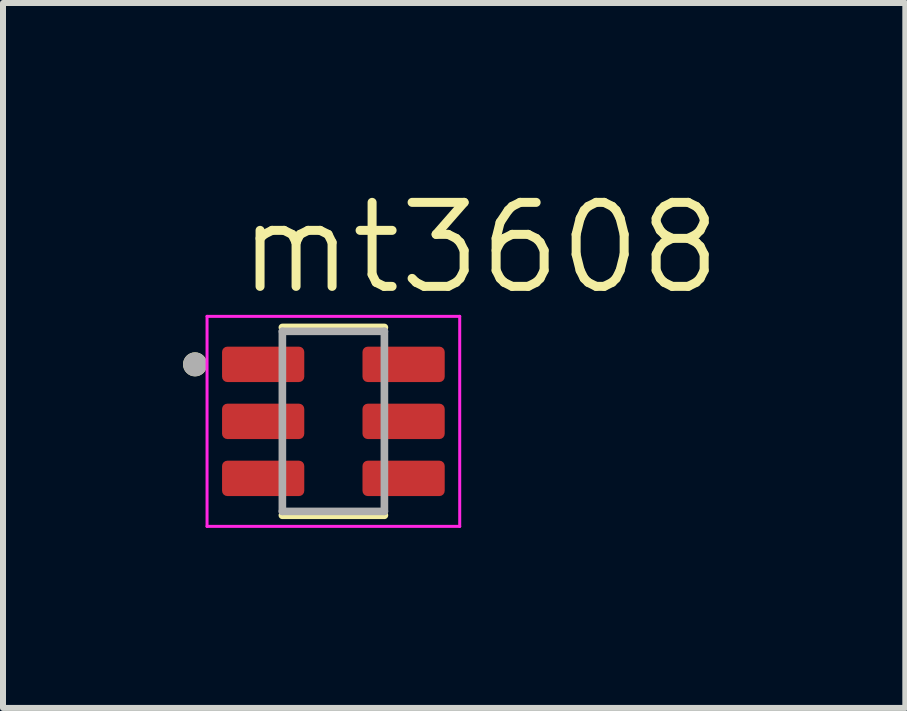
<source format=kicad_pcb>
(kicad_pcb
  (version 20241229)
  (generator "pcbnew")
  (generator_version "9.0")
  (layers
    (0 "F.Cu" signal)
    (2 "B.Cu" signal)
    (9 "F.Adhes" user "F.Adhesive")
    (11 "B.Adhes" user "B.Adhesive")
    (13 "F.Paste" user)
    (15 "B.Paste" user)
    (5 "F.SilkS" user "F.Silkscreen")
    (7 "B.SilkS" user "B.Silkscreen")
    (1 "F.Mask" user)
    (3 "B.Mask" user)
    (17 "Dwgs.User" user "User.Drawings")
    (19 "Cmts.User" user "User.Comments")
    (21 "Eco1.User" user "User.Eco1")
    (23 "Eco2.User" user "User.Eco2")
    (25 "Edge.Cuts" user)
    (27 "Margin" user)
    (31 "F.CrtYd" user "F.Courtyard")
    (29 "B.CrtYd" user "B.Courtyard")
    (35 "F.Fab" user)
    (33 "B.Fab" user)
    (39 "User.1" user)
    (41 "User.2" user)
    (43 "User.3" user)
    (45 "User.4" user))
  (footprint "mt3608"
    (layer "F.Cu")
    (at 2.505 3.971)
    (property "Reference" "mt3608" (at 2.445 -2.889 0) (layer "F.SilkS") (effects (font (size 1.4 1.4) (thickness 0.15))))
    (attr through_hole)
    (fp_line (start -0.85 -1.565) (end 0.85 -1.565) (stroke (width 0.127) (type solid)) (layer "F.SilkS"))
    (fp_line (start 0.85 1.565) (end -0.85 1.565) (stroke (width 0.127) (type solid)) (layer "F.SilkS"))
    (fp_circle (center -2.305 -0.95) (end -2.205 -0.95) (stroke (width 0.2) (type solid)) (fill no) (layer "F.SilkS"))
    (fp_line (start -2.105 -1.75) (end 2.105 -1.75) (stroke (width 0.05) (type solid)) (layer "F.CrtYd"))
    (fp_line (start -2.105 1.75) (end -2.105 -1.75) (stroke (width 0.05) (type solid)) (layer "F.CrtYd"))
    (fp_line (start 2.105 -1.75) (end 2.105 1.75) (stroke (width 0.05) (type solid)) (layer "F.CrtYd"))
    (fp_line (start 2.105 1.75) (end -2.105 1.75) (stroke (width 0.05) (type solid)) (layer "F.CrtYd"))
    (fp_line (start -0.85 -1.5) (end 0.85 -1.5) (stroke (width 0.127) (type solid)) (layer "F.Fab"))
    (fp_line (start -0.85 1.5) (end -0.85 -1.5) (stroke (width 0.127) (type solid)) (layer "F.Fab"))
    (fp_line (start 0.85 -1.5) (end 0.85 1.5) (stroke (width 0.127) (type solid)) (layer "F.Fab"))
    (fp_line (start 0.85 1.5) (end -0.85 1.5) (stroke (width 0.127) (type solid)) (layer "F.Fab"))
    (fp_circle (center -2.305 -0.95) (end -2.205 -0.95) (stroke (width 0.2) (type solid)) (fill no) (layer "F.Fab"))
    (pad "1" smd roundrect (at -1.17 -0.95) (size 1.37 0.59) (layers "F.Cu" "F.Mask" "F.Paste") (roundrect_rratio 0.15))
    (pad "2" smd roundrect (at -1.17 0) (size 1.37 0.59) (layers "F.Cu" "F.Mask" "F.Paste") (roundrect_rratio 0.15))
    (pad "3" smd roundrect (at -1.17 0.95) (size 1.37 0.59) (layers "F.Cu" "F.Mask" "F.Paste") (roundrect_rratio 0.15))
    (pad "4" smd roundrect (at 1.17 0.95) (size 1.37 0.59) (layers "F.Cu" "F.Mask" "F.Paste") (roundrect_rratio 0.15))
    (pad "5" smd roundrect (at 1.17 0) (size 1.37 0.59) (layers "F.Cu" "F.Mask" "F.Paste") (roundrect_rratio 0.15))
    (pad "6" smd roundrect (at 1.17 -0.95) (size 1.37 0.59) (layers "F.Cu" "F.Mask" "F.Paste") (roundrect_rratio 0.15)))
  (gr_rect
    (start -3 -3)
    (end 12.035 8.746)
    (stroke (width 0.1) (type default))
    (fill no)
    (layer "Edge.Cuts")))
</source>
